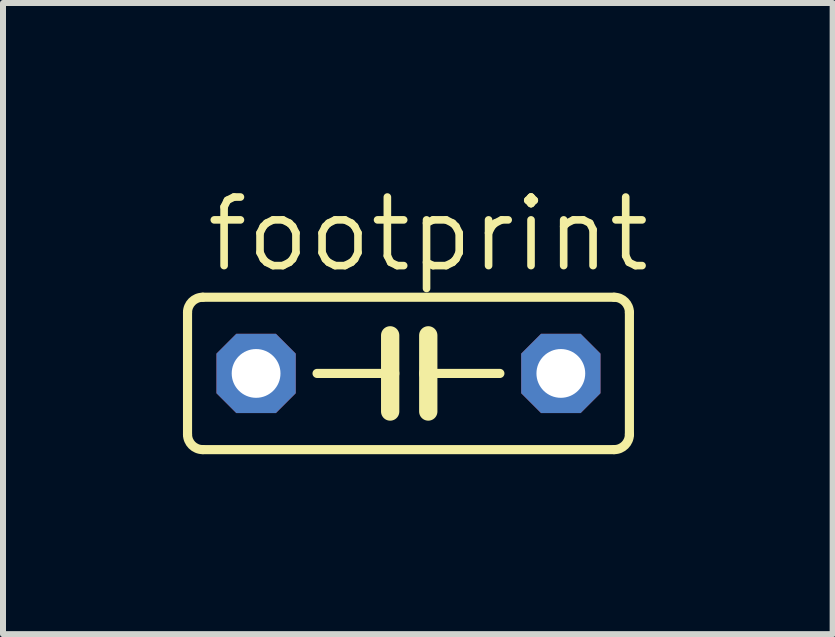
<source format=kicad_pcb>
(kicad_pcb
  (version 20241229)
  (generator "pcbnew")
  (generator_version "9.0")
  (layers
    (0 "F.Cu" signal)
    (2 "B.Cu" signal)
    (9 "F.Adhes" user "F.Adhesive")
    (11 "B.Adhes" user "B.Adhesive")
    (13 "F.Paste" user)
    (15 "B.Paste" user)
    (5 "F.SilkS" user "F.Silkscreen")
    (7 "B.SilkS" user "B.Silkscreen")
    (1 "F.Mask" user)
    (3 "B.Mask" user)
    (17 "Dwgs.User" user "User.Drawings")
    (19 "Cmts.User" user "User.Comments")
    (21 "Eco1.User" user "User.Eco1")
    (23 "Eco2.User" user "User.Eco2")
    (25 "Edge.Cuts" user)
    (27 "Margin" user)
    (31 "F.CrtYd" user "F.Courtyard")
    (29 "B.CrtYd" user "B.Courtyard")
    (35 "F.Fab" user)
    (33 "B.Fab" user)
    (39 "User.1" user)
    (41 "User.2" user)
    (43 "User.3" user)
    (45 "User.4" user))
  (footprint "footprint"
    (layer "F.Cu")
    (at 3.759 3.175)
    (property "Reference" "footprint" (at -3.429 -1.651 0) (layer "F.SilkS") (effects (font (size 1.143 1.143) (thickness 0.127)) (justify left bottom)))
    (fp_line (start -3.683 -1.016) (end -3.683 1.016) (stroke (width 0.152) (type solid)) (layer "F.SilkS"))
    (fp_line (start -3.429 1.27) (end 3.429 1.27) (stroke (width 0.152) (type solid)) (layer "F.SilkS"))
    (fp_line (start -0.305 -0.635) (end -0.305 0) (stroke (width 0.305) (type solid)) (layer "F.SilkS"))
    (fp_line (start -0.305 0) (end -1.524 0) (stroke (width 0.152) (type solid)) (layer "F.SilkS"))
    (fp_line (start -0.305 0) (end -0.305 0.635) (stroke (width 0.305) (type solid)) (layer "F.SilkS"))
    (fp_line (start 0.33 -0.635) (end 0.33 0) (stroke (width 0.305) (type solid)) (layer "F.SilkS"))
    (fp_line (start 0.33 0) (end 0.33 0.635) (stroke (width 0.305) (type solid)) (layer "F.SilkS"))
    (fp_line (start 0.33 0) (end 1.524 0) (stroke (width 0.152) (type solid)) (layer "F.SilkS"))
    (fp_line (start 3.429 -1.27) (end -3.429 -1.27) (stroke (width 0.152) (type solid)) (layer "F.SilkS"))
    (fp_line (start 3.683 1.016) (end 3.683 -1.016) (stroke (width 0.152) (type solid)) (layer "F.SilkS"))
    (fp_arc (start -3.683 -1.016) (mid -3.608605 -1.195605) (end -3.429 -1.27) (stroke (width 0.1524) (type solid)) (layer "F.SilkS"))
    (fp_arc (start -3.429 1.27) (mid -3.608605 1.195605) (end -3.683 1.016) (stroke (width 0.1524) (type solid)) (layer "F.SilkS"))
    (fp_arc (start 3.429 -1.27) (mid 3.608605 -1.195605) (end 3.683 -1.016) (stroke (width 0.1524) (type solid)) (layer "F.SilkS"))
    (fp_arc (start 3.683 1.016) (mid 3.608605 1.195605) (end 3.429 1.27) (stroke (width 0.1524) (type solid)) (layer "F.SilkS"))
    (pad "1" thru_hole roundrect (at -2.54 0) (size 1.321 1.321) (drill 0.813) (layers "*.Cu" "*.Mask") (roundrect_rratio 0.25) (chamfer_ratio 0.25) (chamfer top_left top_right bottom_left bottom_right))
    (pad "2" thru_hole roundrect (at 2.54 0) (size 1.321 1.321) (drill 0.813) (layers "*.Cu" "*.Mask") (roundrect_rratio 0.25) (chamfer_ratio 0.25) (chamfer top_left top_right bottom_left bottom_right)))
  (gr_rect
    (start -3 -3)
    (end 10.83 7.521)
    (stroke (width 0.1) (type default))
    (fill no)
    (layer "Edge.Cuts")))
</source>
